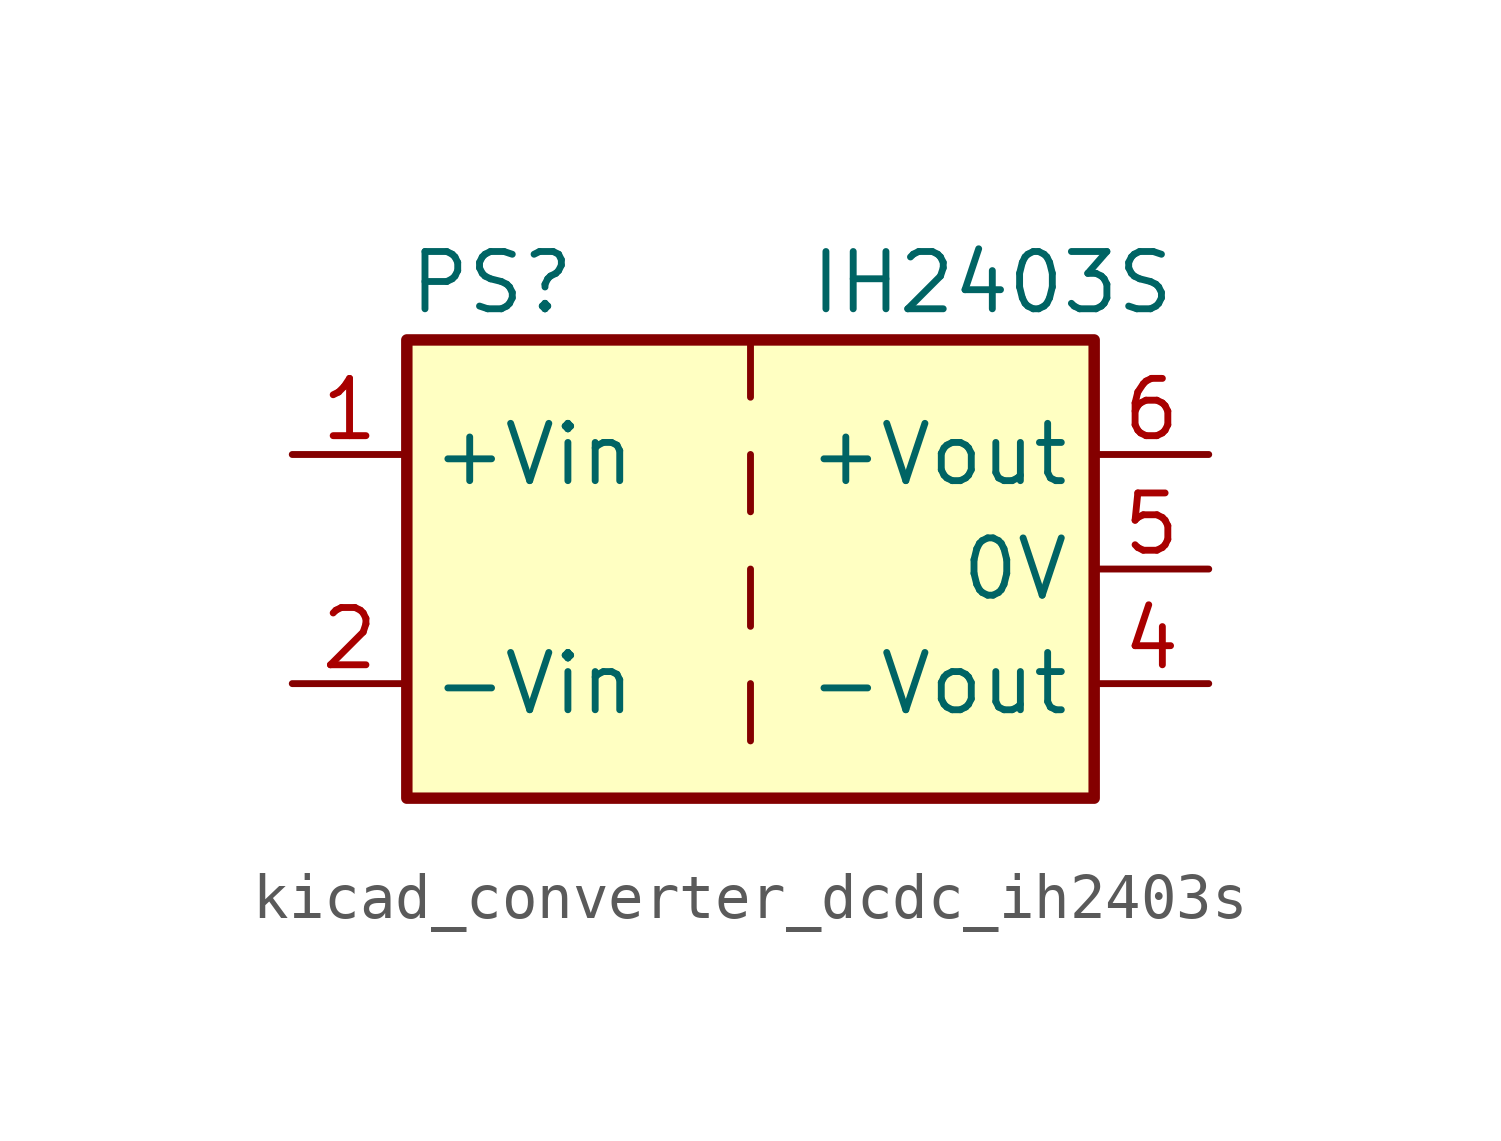
<source format=kicad_sym>
(kicad_symbol_lib
  (version 20220914)
  (generator kicad_symbol_editor)
  (symbol "kicad_converter_dcdc_ih2403s"
    (property "Reference" "PS"
      (at -7.62 6.35 0)
      (effects (font (size 1.27 1.27)) (justify left)))
    (property "Value" "IH2403S"
      (at 1.27 6.35 0)
      (effects (font (size 1.27 1.27)) (justify left)))
    (symbol "kicad_converter_dcdc_ih2403s_0_0"
      (pin power_in line (at -10.16 2.54 0) (length 2.54) (name "+Vin" (effects (font (size 1.27 1.27)))) (number "1" (effects (font (size 1.27 1.27)))))
      (pin power_in line (at -10.16 -2.54 0) (length 2.54) (name "-Vin" (effects (font (size 1.27 1.27)))) (number "2" (effects (font (size 1.27 1.27)))))
      (pin power_out line (at 10.16 -2.54 180) (length 2.54) (name "-Vout" (effects (font (size 1.27 1.27)))) (number "4" (effects (font (size 1.27 1.27)))))
      (pin power_out line (at 10.16 0 180) (length 2.54) (name "0V" (effects (font (size 1.27 1.27)))) (number "5" (effects (font (size 1.27 1.27)))))
      (pin power_out line (at 10.16 2.54 180) (length 2.54) (name "+Vout" (effects (font (size 1.27 1.27)))) (number "6" (effects (font (size 1.27 1.27))))))
    (symbol "kicad_converter_dcdc_ih2403s_0_1"
      (rectangle (start -7.62 5.08) (end 7.62 -5.08) (stroke (width 0.254) (type default)) (fill (type background)))
      (polyline (pts (xy 0 -2.54) (xy 0 -3.81)) (stroke (width 0) (type default)) (fill (type none)))
      (polyline (pts (xy 0 0) (xy 0 -1.27)) (stroke (width 0) (type default)) (fill (type none)))
      (polyline (pts (xy 0 2.54) (xy 0 1.27)) (stroke (width 0) (type default)) (fill (type none)))
      (polyline (pts (xy 0 5.08) (xy 0 3.81)) (stroke (width 0) (type default)) (fill (type none))))))
</source>
